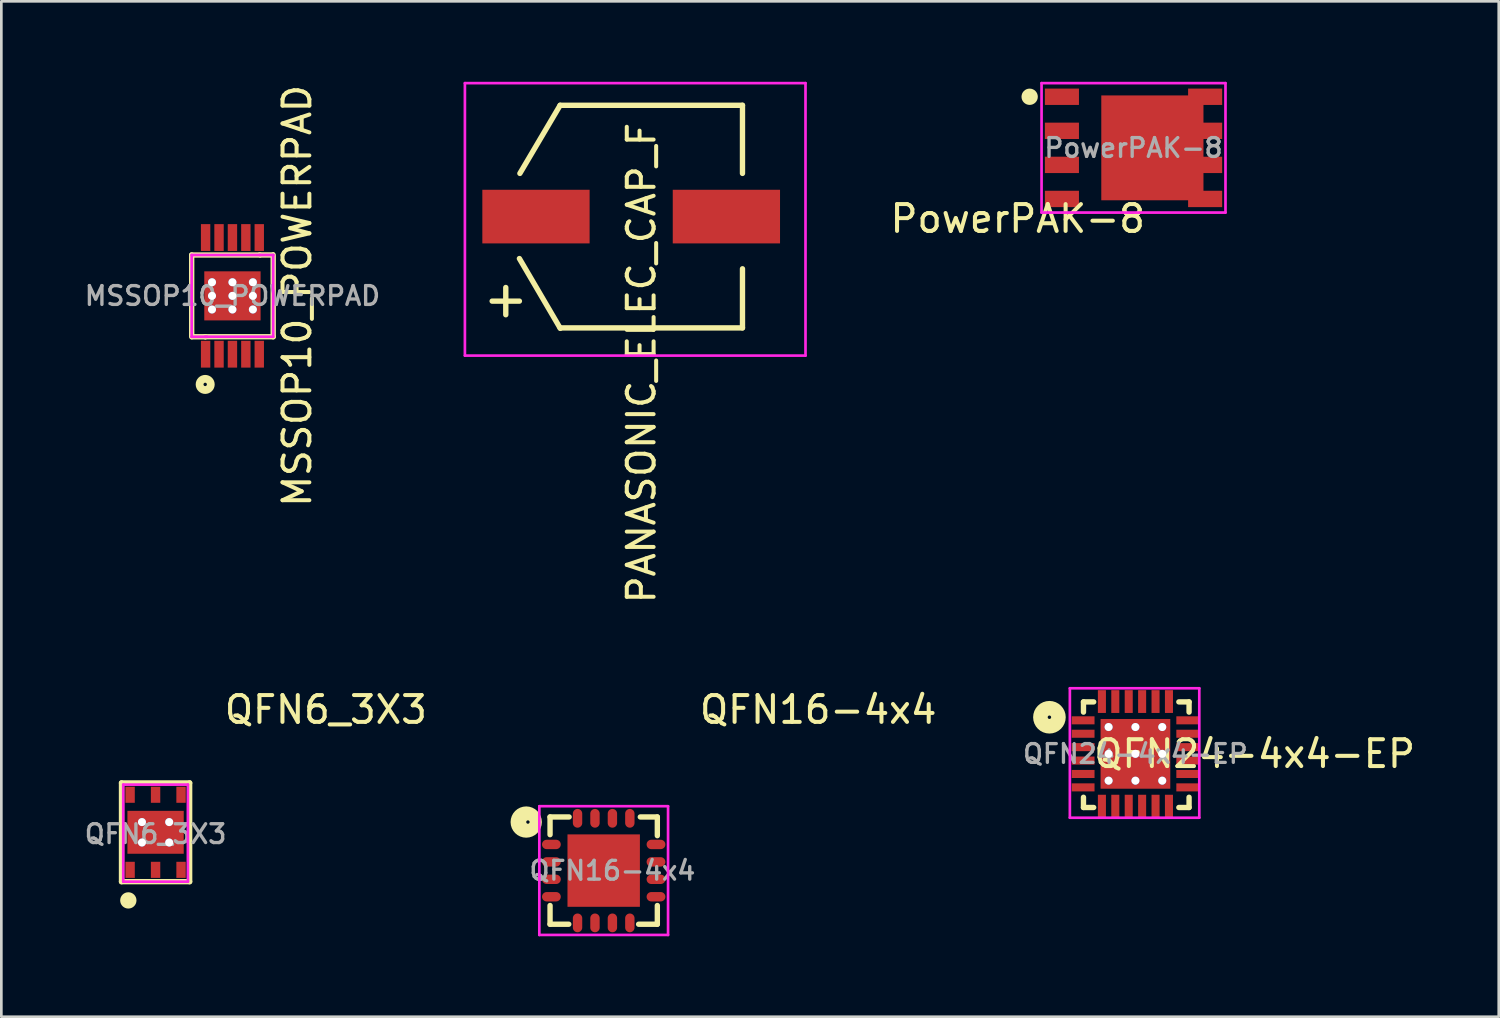
<source format=kicad_pcb>
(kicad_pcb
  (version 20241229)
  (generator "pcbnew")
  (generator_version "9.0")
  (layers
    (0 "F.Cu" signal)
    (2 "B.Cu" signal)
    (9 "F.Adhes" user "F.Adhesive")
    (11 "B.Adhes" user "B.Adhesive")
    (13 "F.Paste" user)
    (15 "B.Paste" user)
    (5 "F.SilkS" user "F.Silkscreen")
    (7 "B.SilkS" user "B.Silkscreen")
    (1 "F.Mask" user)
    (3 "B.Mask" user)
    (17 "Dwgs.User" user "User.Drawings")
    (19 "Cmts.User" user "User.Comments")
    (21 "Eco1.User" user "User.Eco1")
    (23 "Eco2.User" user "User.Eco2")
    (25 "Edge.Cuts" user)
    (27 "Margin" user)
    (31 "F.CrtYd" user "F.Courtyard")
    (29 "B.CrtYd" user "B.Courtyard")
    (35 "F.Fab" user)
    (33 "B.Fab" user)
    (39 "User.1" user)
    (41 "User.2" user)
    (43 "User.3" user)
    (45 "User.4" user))
  (footprint "MSSOP10_POWERPAD"
    (layer "F.Cu")
    (at 5.617 7.982)
    (property "Reference" "MSSOP10_POWERPAD" (at 2.413 0 90) (layer "F.SilkS") (effects (font (size 1 1) (thickness 0.15))))
    (attr through_hole)
    (fp_line (start -1.525 1.475) (end -1 1.475) (stroke (width 0.1) (type solid)) (layer "F.SilkS"))
    (fp_line (start -1.52 -1.524) (end 1.02 -1.524) (stroke (width 0.2) (type solid)) (layer "F.SilkS"))
    (fp_line (start -1.52 1.524) (end -1.52 -1.524) (stroke (width 0.2) (type solid)) (layer "F.SilkS"))
    (fp_line (start -1 1.475) (end -1 1.575) (stroke (width 0.1) (type solid)) (layer "F.SilkS"))
    (fp_line (start -1 1.575) (end -1.525 1.575) (stroke (width 0.1) (type solid)) (layer "F.SilkS"))
    (fp_line (start 1 -1.575) (end 1.525 -1.575) (stroke (width 0.1) (type solid)) (layer "F.SilkS"))
    (fp_line (start 1.52 -1.524) (end 1.52 1.524) (stroke (width 0.2) (type solid)) (layer "F.SilkS"))
    (fp_line (start 1.52 1.524) (end -1.02 1.524) (stroke (width 0.2) (type solid)) (layer "F.SilkS"))
    (fp_line (start 1.525 -1.575) (end 1.525 -1.5) (stroke (width 0.1) (type solid)) (layer "F.SilkS"))
    (fp_line (start 1.525 -1.5) (end 1.525 -1.475) (stroke (width 0.1) (type solid)) (layer "F.SilkS"))
    (fp_line (start 1.525 -1.475) (end 1.025 -1.475) (stroke (width 0.1) (type solid)) (layer "F.SilkS"))
    (fp_circle (center -1.016 3.302) (end -0.953 3.302) (stroke (width 0.2) (type solid)) (fill no) (layer "F.SilkS"))
    (fp_circle (center -1.016 3.302) (end -0.762 3.302) (stroke (width 0.2) (type solid)) (fill no) (layer "F.SilkS"))
    (fp_line (start -1.525 1.525) (end -0.95 1.525) (stroke (width 0.1) (type solid)) (layer "F.CrtYd"))
    (fp_line (start -1.52 -1.524) (end 1.02 -1.524) (stroke (width 0.1) (type solid)) (layer "F.CrtYd"))
    (fp_line (start -1.52 1.524) (end -1.52 -1.524) (stroke (width 0.1) (type solid)) (layer "F.CrtYd"))
    (fp_line (start 1.025 -1.525) (end 1.525 -1.525) (stroke (width 0.1) (type solid)) (layer "F.CrtYd"))
    (fp_line (start 1.52 -1.524) (end 1.52 1.524) (stroke (width 0.1) (type solid)) (layer "F.CrtYd"))
    (fp_line (start 1.52 1.524) (end -1.02 1.524) (stroke (width 0.1) (type solid)) (layer "F.CrtYd"))
    (fp_text user "${REFERENCE}" (at 0 0 0) (layer "F.Fab") (effects (font (size 0.7 0.7) (thickness 0.125))))
    (pad "1" smd rect (at -1 2.175) (size 0.35 1) (layers "F.Cu" "F.Mask" "F.Paste"))
    (pad "2" smd rect (at -0.5 2.175) (size 0.35 1) (layers "F.Cu" "F.Mask" "F.Paste"))
    (pad "3" smd rect (at 0 2.175) (size 0.35 1) (layers "F.Cu" "F.Mask" "F.Paste"))
    (pad "4" smd rect (at 0.5 2.175) (size 0.35 1) (layers "F.Cu" "F.Mask" "F.Paste"))
    (pad "5" thru_hole circle (at -0.762 -0.508) (size 0.3 0.3) (drill 0.3) (layers "*.Cu" "*.Mask"))
    (pad "5" thru_hole circle (at -0.762 0) (size 0.3 0.3) (drill 0.3) (layers "*.Cu" "*.Mask"))
    (pad "5" thru_hole circle (at -0.762 0.508) (size 0.3 0.3) (drill 0.3) (layers "*.Cu" "*.Mask"))
    (pad "5" thru_hole circle (at 0 -0.508) (size 0.3 0.3) (drill 0.3) (layers "*.Cu" "*.Mask"))
    (pad "5" thru_hole circle (at 0 0) (size 0.3 0.3) (drill 0.3) (layers "*.Cu" "*.Mask"))
    (pad "5" smd rect (at 0 0) (size 2.1 1.83) (layers "F.Cu" "F.Mask" "F.Paste"))
    (pad "5" thru_hole circle (at 0 0.508) (size 0.3 0.3) (drill 0.3) (layers "*.Cu" "*.Mask"))
    (pad "5" thru_hole circle (at 0.762 -0.508) (size 0.3 0.3) (drill 0.3) (layers "*.Cu" "*.Mask"))
    (pad "5" thru_hole circle (at 0.762 0) (size 0.3 0.3) (drill 0.3) (layers "*.Cu" "*.Mask"))
    (pad "5" thru_hole circle (at 0.762 0.508) (size 0.3 0.3) (drill 0.3) (layers "*.Cu" "*.Mask"))
    (pad "5" smd rect (at 1 2.175) (size 0.35 1) (layers "F.Cu" "F.Mask" "F.Paste"))
    (pad "6" smd rect (at 1 -2.175) (size 0.35 1) (layers "F.Cu" "F.Mask" "F.Paste"))
    (pad "7" smd rect (at 0.5 -2.175) (size 0.35 1) (layers "F.Cu" "F.Mask" "F.Paste"))
    (pad "8" smd rect (at 0 -2.175) (size 0.35 1) (layers "F.Cu" "F.Mask" "F.Paste"))
    (pad "9" smd rect (at -0.5 -2.175) (size 0.35 1) (layers "F.Cu" "F.Mask" "F.Paste"))
    (pad "10" smd rect (at -1 -2.175) (size 0.35 1) (layers "F.Cu" "F.Mask" "F.Paste")))
  (footprint "QFN6_3X3"
    (layer "F.Cu")
    (at 2.751 27.984)
    (property "Reference" "QFN6_3X3" (at 6.35 -4.572 0) (layer "F.SilkS") (effects (font (size 1 1) (thickness 0.15))))
    (attr through_hole)
    (fp_line (start -1.27 -1.841) (end 1.27 -1.841) (stroke (width 0.2) (type solid)) (layer "F.SilkS"))
    (fp_line (start -1.27 1.841) (end -1.27 -1.841) (stroke (width 0.2) (type solid)) (layer "F.SilkS"))
    (fp_line (start -1.143 2.54) (end -0.889 2.54) (stroke (width 0.1) (type solid)) (layer "F.SilkS"))
    (fp_line (start 1.27 -1.841) (end 1.27 1.841) (stroke (width 0.2) (type solid)) (layer "F.SilkS"))
    (fp_line (start 1.27 1.841) (end -1.27 1.841) (stroke (width 0.2) (type solid)) (layer "F.SilkS"))
    (fp_circle (center -1.016 2.54) (end -0.953 2.54) (stroke (width 0.1) (type solid)) (fill no) (layer "F.SilkS"))
    (fp_circle (center -1.016 2.54) (end -0.889 2.54) (stroke (width 0.1) (type solid)) (fill no) (layer "F.SilkS"))
    (fp_circle (center -1.016 2.54) (end -0.826 2.603) (stroke (width 0.1) (type solid)) (fill no) (layer "F.SilkS"))
    (fp_circle (center -1.016 2.54) (end -0.762 2.54) (stroke (width 0.1) (type solid)) (fill no) (layer "F.SilkS"))
    (fp_line (start -1.206 -1.778) (end 1.206 -1.778) (stroke (width 0.1) (type solid)) (layer "F.CrtYd"))
    (fp_line (start -1.206 1.841) (end -1.206 -1.778) (stroke (width 0.1) (type solid)) (layer "F.CrtYd"))
    (fp_line (start 1.206 -1.778) (end 1.206 1.841) (stroke (width 0.1) (type solid)) (layer "F.CrtYd"))
    (fp_line (start 1.206 1.841) (end -1.206 1.841) (stroke (width 0.1) (type solid)) (layer "F.CrtYd"))
    (fp_text user "${REFERENCE}" (at 0 0.064 0) (layer "F.Fab") (effects (font (size 0.7 0.7) (thickness 0.125))))
    (pad "1" smd rect (at -0.95 1.4) (size 0.35 0.6) (layers "F.Cu" "F.Mask" "F.Paste"))
    (pad "2" thru_hole circle (at -0.508 -0.381) (size 0.3 0.3) (drill 0.3) (layers "*.Cu" "*.Mask"))
    (pad "2" thru_hole circle (at -0.508 0.381) (size 0.3 0.3) (drill 0.3) (layers "*.Cu" "*.Mask"))
    (pad "2" smd rect (at 0 0) (size 2.1 1.6) (layers "F.Cu" "F.Mask" "F.Paste"))
    (pad "2" smd rect (at 0 1.4) (size 0.35 0.6) (layers "F.Cu" "F.Mask" "F.Paste"))
    (pad "2" thru_hole circle (at 0.508 -0.381) (size 0.3 0.3) (drill 0.3) (layers "*.Cu" "*.Mask"))
    (pad "2" thru_hole circle (at 0.508 0.381) (size 0.3 0.3) (drill 0.3) (layers "*.Cu" "*.Mask"))
    (pad "3" smd rect (at 0.95 1.4) (size 0.35 0.6) (layers "F.Cu" "F.Mask" "F.Paste"))
    (pad "4" smd rect (at 0.95 -1.4) (size 0.35 0.6) (layers "F.Cu" "F.Mask" "F.Paste"))
    (pad "5" smd rect (at 0 -1.4) (size 0.35 0.6) (layers "F.Cu" "F.Mask" "F.Paste"))
    (pad "6" smd rect (at -0.95 -1.4) (size 0.35 0.6) (layers "F.Cu" "F.Mask" "F.Paste")))
  (footprint "PowerPAK-8"
    (placed yes)
    (layer "F.Cu")
    (at 39.216 2.463)
    (property "Reference" "PowerPAK-8" (at -4.318 2.642 0) (layer "F.SilkS") (effects (font (size 1 1) (thickness 0.15))))
    (attr through_hole)
    (fp_line (start -3.81 -1.968) (end -3.937 -1.905) (stroke (width 0.1) (type solid)) (layer "F.SilkS"))
    (fp_circle (center -3.873 -1.905) (end -3.81 -1.905) (stroke (width 0.1) (type solid)) (fill no) (layer "F.SilkS"))
    (fp_circle (center -3.873 -1.905) (end -3.747 -1.905) (stroke (width 0.1) (type solid)) (fill no) (layer "F.SilkS"))
    (fp_circle (center -3.873 -1.905) (end -3.683 -1.905) (stroke (width 0.1) (type solid)) (fill no) (layer "F.SilkS"))
    (fp_circle (center -3.873 -1.905) (end -3.619 -1.905) (stroke (width 0.1) (type solid)) (fill no) (layer "F.SilkS"))
    (fp_line (start -3.429 -2.413) (end 3.429 -2.413) (stroke (width 0.1) (type solid)) (layer "F.CrtYd"))
    (fp_line (start -3.429 2.413) (end -3.429 -2.413) (stroke (width 0.1) (type solid)) (layer "F.CrtYd"))
    (fp_line (start 3.429 -2.413) (end 3.429 2.413) (stroke (width 0.1) (type solid)) (layer "F.CrtYd"))
    (fp_line (start 3.429 2.413) (end -3.429 2.413) (stroke (width 0.1) (type solid)) (layer "F.CrtYd"))
    (fp_text user "${REFERENCE}" (at 0 0 0) (layer "F.Fab") (effects (font (size 0.7 0.7) (thickness 0.125))))
    (pad "1" smd rect (at -2.67 -1.905) (size 1.27 0.61) (layers "F.Cu" "F.Mask" "F.Paste"))
    (pad "2" smd rect (at -2.67 -0.635) (size 1.27 0.61) (layers "F.Cu" "F.Mask" "F.Paste"))
    (pad "3" smd rect (at -2.67 0.635) (size 1.27 0.61) (layers "F.Cu" "F.Mask" "F.Paste"))
    (pad "4" smd rect (at -2.67 1.905) (size 1.27 0.61) (layers "F.Cu" "F.Mask" "F.Paste"))
    (pad "5" smd rect (at 0.703 0) (size 3.81 3.91) (layers "F.Cu" "F.Mask" "F.Paste"))
    (pad "5" smd rect (at 2.67 -1.905) (size 1.27 0.61) (layers "F.Cu" "F.Mask" "F.Paste"))
    (pad "5" smd rect (at 2.67 -0.635) (size 1.27 0.61) (layers "F.Cu" "F.Mask" "F.Paste"))
    (pad "5" smd rect (at 2.67 0.635) (size 1.27 0.61) (layers "F.Cu" "F.Mask" "F.Paste"))
    (pad "5" smd rect (at 2.67 1.905) (size 1.27 0.61) (layers "F.Cu" "F.Mask" "F.Paste")))
  (footprint "QFN16-4x4"
    (layer "F.Cu")
    (at 19.46 29.412)
    (property "Reference" "QFN16-4x4" (at 8 -6 0) (layer "F.SilkS") (effects (font (size 1 1) (thickness 0.15))))
    (attr through_hole)
    (fp_line (start -2 -2) (end -2 -1.34) (stroke (width 0.2) (type solid)) (layer "F.SilkS"))
    (fp_line (start -2 -2) (end -1.289 -2) (stroke (width 0.2) (type solid)) (layer "F.SilkS"))
    (fp_line (start -2 1.302) (end -2 2) (stroke (width 0.2) (type solid)) (layer "F.SilkS"))
    (fp_line (start -2 2) (end -1.302 2) (stroke (width 0.2) (type solid)) (layer "F.SilkS"))
    (fp_line (start 1.302 2) (end 2 2) (stroke (width 0.2) (type solid)) (layer "F.SilkS"))
    (fp_line (start 2 -2) (end 1.365 -2) (stroke (width 0.2) (type solid)) (layer "F.SilkS"))
    (fp_line (start 2 -2) (end 2 -1.302) (stroke (width 0.2) (type solid)) (layer "F.SilkS"))
    (fp_line (start 2 2) (end 2 1.302) (stroke (width 0.2) (type solid)) (layer "F.SilkS"))
    (fp_circle (center -2.889 -1.81) (end -2.635 -1.81) (stroke (width 0.2) (type solid)) (fill no) (layer "F.SilkS"))
    (fp_circle (center -2.889 -1.81) (end -2.508 -1.81) (stroke (width 0.2) (type solid)) (fill no) (layer "F.SilkS"))
    (fp_circle (center -2.889 -1.81) (end -2.381 -1.81) (stroke (width 0.15) (type solid)) (fill no) (layer "F.SilkS"))
    (fp_circle (center -2.825 -1.81) (end -3.016 -1.873) (stroke (width 0.2) (type solid)) (fill no) (layer "F.SilkS"))
    (fp_circle (center -2.825 -1.81) (end -2.762 -1.81) (stroke (width 0.2) (type solid)) (fill no) (layer "F.SilkS"))
    (fp_line (start -2.4 -2.4) (end -2.4 2.4) (stroke (width 0.1) (type solid)) (layer "F.CrtYd"))
    (fp_line (start -2.4 2.4) (end 2.4 2.4) (stroke (width 0.1) (type solid)) (layer "F.CrtYd"))
    (fp_line (start 2.4 -2.4) (end -2.4 -2.4) (stroke (width 0.1) (type solid)) (layer "F.CrtYd"))
    (fp_line (start 2.4 2.4) (end 2.4 -2.4) (stroke (width 0.1) (type solid)) (layer "F.CrtYd"))
    (fp_text user "${REFERENCE}" (at 0.325 0 0) (layer "F.Fab") (effects (font (size 0.7 0.7) (thickness 0.125))))
    (pad "1" smd oval (at -1.95 -0.975) (size 0.7 0.35) (layers "F.Cu" "F.Mask" "F.Paste"))
    (pad "2" smd oval (at -1.95 -0.325) (size 0.7 0.35) (layers "F.Cu" "F.Mask" "F.Paste"))
    (pad "3" smd oval (at -1.95 0.325) (size 0.7 0.35) (layers "F.Cu" "F.Mask" "F.Paste"))
    (pad "4" smd oval (at -1.95 0.975) (size 0.7 0.35) (layers "F.Cu" "F.Mask" "F.Paste"))
    (pad "5" smd oval (at -0.975 1.95) (size 0.35 0.7) (layers "F.Cu" "F.Mask" "F.Paste"))
    (pad "6" smd oval (at -0.325 1.95) (size 0.35 0.7) (layers "F.Cu" "F.Mask" "F.Paste"))
    (pad "7" smd oval (at 0.325 1.95) (size 0.35 0.7) (layers "F.Cu" "F.Mask" "F.Paste"))
    (pad "8" smd oval (at 0.975 1.95) (size 0.35 0.7) (layers "F.Cu" "F.Mask" "F.Paste"))
    (pad "9" smd oval (at 1.95 0.975) (size 0.7 0.35) (layers "F.Cu" "F.Mask" "F.Paste"))
    (pad "10" smd oval (at 1.95 0.325) (size 0.7 0.35) (layers "F.Cu" "F.Mask" "F.Paste"))
    (pad "11" smd oval (at 1.95 -0.325) (size 0.7 0.35) (layers "F.Cu" "F.Mask" "F.Paste"))
    (pad "12" smd oval (at 1.95 -0.975) (size 0.7 0.35) (layers "F.Cu" "F.Mask" "F.Paste"))
    (pad "13" smd oval (at 0.975 -1.95) (size 0.35 0.7) (layers "F.Cu" "F.Mask" "F.Paste"))
    (pad "14" smd oval (at 0.325 -1.95) (size 0.35 0.7) (layers "F.Cu" "F.Mask" "F.Paste"))
    (pad "15" smd oval (at -0.325 -1.95) (size 0.35 0.7) (layers "F.Cu" "F.Mask" "F.Paste"))
    (pad "16" smd oval (at -0.975 -1.95) (size 0.35 0.7) (layers "F.Cu" "F.Mask" "F.Paste"))
    (pad "EP" smd rect (at 0 0) (size 2.7 2.7) (layers "F.Cu" "F.Mask" "F.Paste")))
  (footprint "QFN24-4x4-EP"
    (layer "F.Cu")
    (at 39.287 25.059)
    (property "Reference" "QFN24-4x4-EP" (at 4.445 0 0) (layer "F.SilkS") (effects (font (size 1 1) (thickness 0.15))))
    (attr through_hole)
    (fp_line (start -1.937 -1.937) (end -1.937 -1.556) (stroke (width 0.2) (type solid)) (layer "F.SilkS"))
    (fp_line (start -1.937 2) (end -1.937 1.619) (stroke (width 0.2) (type solid)) (layer "F.SilkS"))
    (fp_line (start -1.556 -1.937) (end -1.937 -1.937) (stroke (width 0.2) (type solid)) (layer "F.SilkS"))
    (fp_line (start -1.556 2) (end -1.937 2) (stroke (width 0.2) (type solid)) (layer "F.SilkS"))
    (fp_line (start 1.619 2) (end 2 2) (stroke (width 0.2) (type solid)) (layer "F.SilkS"))
    (fp_line (start 2 -1.937) (end 1.619 -1.937) (stroke (width 0.2) (type solid)) (layer "F.SilkS"))
    (fp_line (start 2 -1.556) (end 2 -1.937) (stroke (width 0.2) (type solid)) (layer "F.SilkS"))
    (fp_line (start 2 2) (end 2 1.619) (stroke (width 0.2) (type solid)) (layer "F.SilkS"))
    (fp_circle (center -3.207 -1.365) (end -3.143 -1.365) (stroke (width 0.2) (type solid)) (fill no) (layer "F.SilkS"))
    (fp_circle (center -3.207 -1.365) (end -2.953 -1.365) (stroke (width 0.2) (type solid)) (fill no) (layer "F.SilkS"))
    (fp_circle (center -3.207 -1.365) (end -2.826 -1.365) (stroke (width 0.2) (type solid)) (fill no) (layer "F.SilkS"))
    (fp_circle (center -3.207 -1.365) (end -2.699 -1.365) (stroke (width 0.2) (type solid)) (fill no) (layer "F.SilkS"))
    (fp_line (start -2.445 -2.445) (end -2.445 2.381) (stroke (width 0.1) (type solid)) (layer "F.CrtYd"))
    (fp_line (start -2.445 2.381) (end 2.381 2.381) (stroke (width 0.1) (type solid)) (layer "F.CrtYd"))
    (fp_line (start 2.381 -2.445) (end -2.445 -2.445) (stroke (width 0.1) (type solid)) (layer "F.CrtYd"))
    (fp_line (start 2.381 2.381) (end 2.381 -2.445) (stroke (width 0.1) (type solid)) (layer "F.CrtYd"))
    (fp_text user "${REFERENCE}" (at 0 0 0) (layer "F.Fab") (effects (font (size 0.7 0.7) (thickness 0.123))))
    (pad "1" smd rect (at -1.95 -1.25) (size 0.85 0.3) (layers "F.Cu" "F.Mask" "F.Paste"))
    (pad "2" smd rect (at -1.95 -0.75) (size 0.85 0.3) (layers "F.Cu" "F.Mask" "F.Paste"))
    (pad "3" smd rect (at -1.95 -0.25) (size 0.85 0.3) (layers "F.Cu" "F.Mask" "F.Paste"))
    (pad "4" smd rect (at -1.95 0.25) (size 0.85 0.3) (layers "F.Cu" "F.Mask" "F.Paste"))
    (pad "5" smd rect (at -1.95 0.75) (size 0.85 0.3) (layers "F.Cu" "F.Mask" "F.Paste"))
    (pad "6" smd rect (at -1.95 1.25) (size 0.85 0.3) (layers "F.Cu" "F.Mask" "F.Paste"))
    (pad "7" smd rect (at -1.25 1.95 90) (size 0.85 0.3) (layers "F.Cu" "F.Mask" "F.Paste"))
    (pad "8" smd rect (at -0.75 1.95 90) (size 0.85 0.3) (layers "F.Cu" "F.Mask" "F.Paste"))
    (pad "9" smd rect (at -0.25 1.95 90) (size 0.85 0.3) (layers "F.Cu" "F.Mask" "F.Paste"))
    (pad "10" smd rect (at 0.25 1.95 90) (size 0.85 0.3) (layers "F.Cu" "F.Mask" "F.Paste"))
    (pad "11" smd rect (at 0.75 1.95 90) (size 0.85 0.3) (layers "F.Cu" "F.Mask" "F.Paste"))
    (pad "12" smd rect (at 1.25 1.95 90) (size 0.85 0.3) (layers "F.Cu" "F.Mask" "F.Paste"))
    (pad "13" smd rect (at 1.95 1.25) (size 0.85 0.3) (layers "F.Cu" "F.Mask" "F.Paste"))
    (pad "14" smd rect (at 1.95 0.75) (size 0.85 0.3) (layers "F.Cu" "F.Mask" "F.Paste"))
    (pad "15" smd rect (at 1.95 0.25) (size 0.85 0.3) (layers "F.Cu" "F.Mask" "F.Paste"))
    (pad "16" smd rect (at 1.95 -0.25) (size 0.85 0.3) (layers "F.Cu" "F.Mask" "F.Paste"))
    (pad "17" smd rect (at 1.95 -0.75) (size 0.85 0.3) (layers "F.Cu" "F.Mask" "F.Paste"))
    (pad "18" smd rect (at 1.95 -1.25) (size 0.85 0.3) (layers "F.Cu" "F.Mask" "F.Paste"))
    (pad "19" smd rect (at 1.25 -1.95 90) (size 0.85 0.3) (layers "F.Cu" "F.Mask" "F.Paste"))
    (pad "20" smd rect (at 0.75 -1.95 90) (size 0.85 0.3) (layers "F.Cu" "F.Mask" "F.Paste"))
    (pad "21" smd rect (at 0.25 -1.95 90) (size 0.85 0.3) (layers "F.Cu" "F.Mask" "F.Paste"))
    (pad "22" smd rect (at -0.25 -1.95 90) (size 0.85 0.3) (layers "F.Cu" "F.Mask" "F.Paste"))
    (pad "23" smd rect (at -0.75 -1.95 90) (size 0.85 0.3) (layers "F.Cu" "F.Mask" "F.Paste"))
    (pad "24" smd rect (at -1.25 -1.95 90) (size 0.85 0.3) (layers "F.Cu" "F.Mask" "F.Paste"))
    (pad "EP" thru_hole circle (at -1 -1 90) (size 0.3 0.3) (drill 0.3) (layers "*.Cu" "*.Mask"))
    (pad "EP" thru_hole circle (at -1 0 90) (size 0.3 0.3) (drill 0.3) (layers "*.Cu" "*.Mask"))
    (pad "EP" thru_hole circle (at -1 1 90) (size 0.3 0.3) (drill 0.3) (layers "*.Cu" "*.Mask"))
    (pad "EP" thru_hole circle (at 0 -1 90) (size 0.3 0.3) (drill 0.3) (layers "*.Cu" "*.Mask"))
    (pad "EP" thru_hole circle (at 0 0 90) (size 0.3 0.3) (drill 0.3) (layers "*.Cu" "*.Mask"))
    (pad "EP" smd rect (at 0 0) (size 2.6 2.6) (layers "F.Cu" "F.Mask" "F.Paste"))
    (pad "EP" thru_hole circle (at 0 1 90) (size 0.3 0.3) (drill 0.3) (layers "*.Cu" "*.Mask"))
    (pad "EP" thru_hole circle (at 1 -1 90) (size 0.3 0.3) (drill 0.3) (layers "*.Cu" "*.Mask"))
    (pad "EP" thru_hole circle (at 1 0 90) (size 0.3 0.3) (drill 0.3) (layers "*.Cu" "*.Mask"))
    (pad "EP" thru_hole circle (at 1 1 90) (size 0.3 0.3) (drill 0.3) (layers "*.Cu" "*.Mask")))
  (footprint "PANASONIC_ELEC_CAP_F"
    (layer "F.Cu")
    (at 20.485 5.026)
    (property "Reference" "PANASONIC_ELEC_CAP_F" (at 0.381 5.461 90) (layer "F.SilkS") (effects (font (size 1 1) (thickness 0.15))))
    (attr through_hole)
    (fp_line (start -5.184 3.152) (end -4.168 3.152) (stroke (width 0.2) (type solid)) (layer "F.SilkS"))
    (fp_line (start -4.676 2.644) (end -4.676 3.66) (stroke (width 0.2) (type solid)) (layer "F.SilkS"))
    (fp_line (start -2.65 -4.15) (end -4.15 -1.61) (stroke (width 0.2) (type solid)) (layer "F.SilkS"))
    (fp_line (start -2.644 4.168) (end -4.168 1.565) (stroke (width 0.2) (type solid)) (layer "F.SilkS"))
    (fp_line (start 4.15 -4.15) (end -2.65 -4.15) (stroke (width 0.2) (type solid)) (layer "F.SilkS"))
    (fp_line (start 4.15 -4.15) (end 4.15 -1.61) (stroke (width 0.2) (type solid)) (layer "F.SilkS"))
    (fp_line (start 4.15 4.15) (end -2.65 4.15) (stroke (width 0.2) (type solid)) (layer "F.SilkS"))
    (fp_line (start 4.15 4.15) (end 4.15 1.946) (stroke (width 0.2) (type solid)) (layer "F.SilkS"))
    (fp_line (start -6.2 -4.976) (end -6.2 5.184) (stroke (width 0.1) (type solid)) (layer "F.CrtYd"))
    (fp_line (start -6.2 -4.976) (end 6.5 -4.976) (stroke (width 0.1) (type solid)) (layer "F.CrtYd"))
    (fp_line (start 6.5 -4.976) (end 6.5 5.184) (stroke (width 0.1) (type solid)) (layer "F.CrtYd"))
    (fp_line (start 6.5 5.184) (end -6.2 5.184) (stroke (width 0.1) (type solid)) (layer "F.CrtYd"))
    (pad "1" smd rect (at -3.55 0) (size 4 2) (layers "F.Cu" "F.Mask" "F.Paste"))
    (pad "2" smd rect (at 3.55 0) (size 4 2) (layers "F.Cu" "F.Mask" "F.Paste")))
  (gr_rect
    (start -3 -3)
    (end 52.834 34.862)
    (stroke (width 0.1) (type default))
    (fill no)
    (layer "Edge.Cuts")))
</source>
